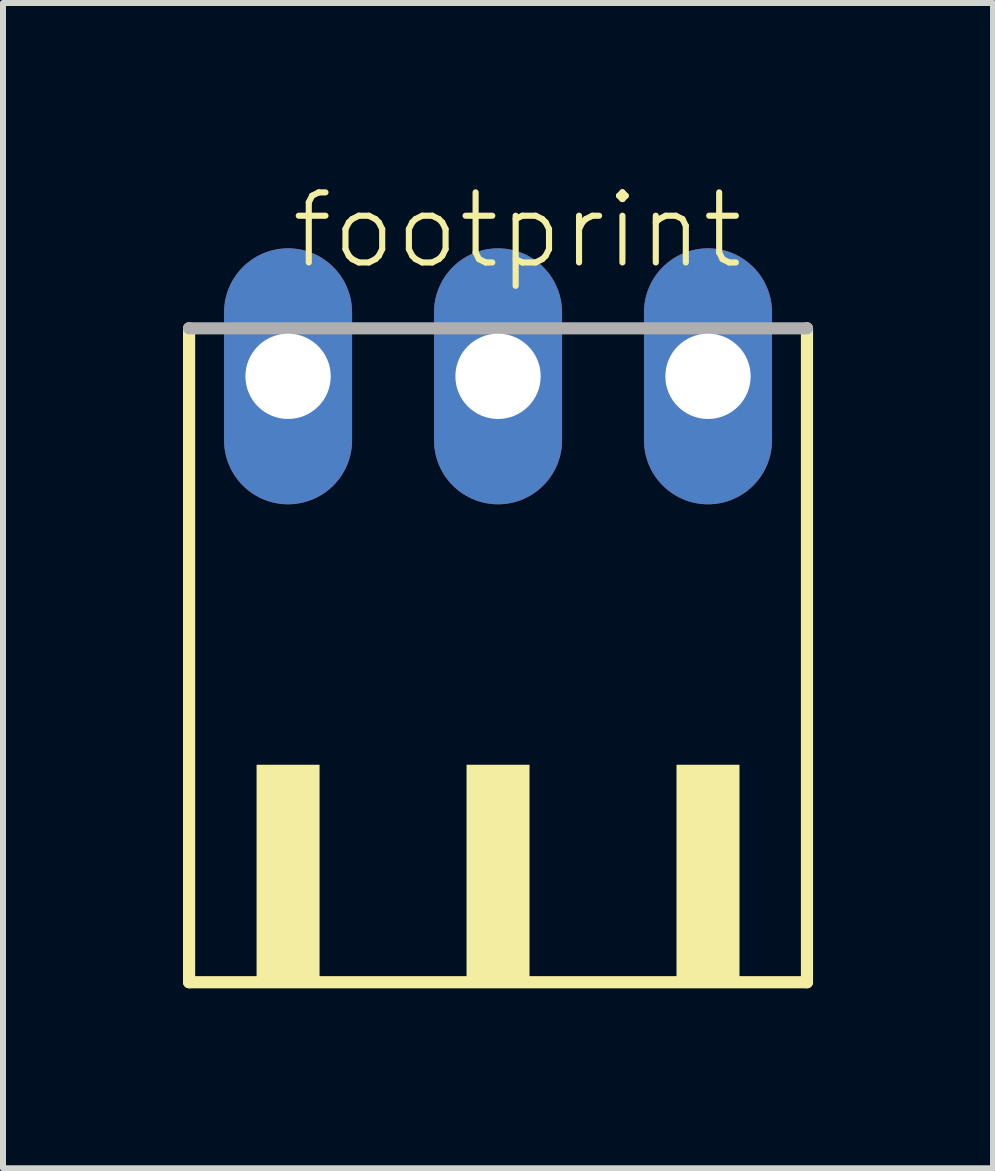
<source format=kicad_pcb>
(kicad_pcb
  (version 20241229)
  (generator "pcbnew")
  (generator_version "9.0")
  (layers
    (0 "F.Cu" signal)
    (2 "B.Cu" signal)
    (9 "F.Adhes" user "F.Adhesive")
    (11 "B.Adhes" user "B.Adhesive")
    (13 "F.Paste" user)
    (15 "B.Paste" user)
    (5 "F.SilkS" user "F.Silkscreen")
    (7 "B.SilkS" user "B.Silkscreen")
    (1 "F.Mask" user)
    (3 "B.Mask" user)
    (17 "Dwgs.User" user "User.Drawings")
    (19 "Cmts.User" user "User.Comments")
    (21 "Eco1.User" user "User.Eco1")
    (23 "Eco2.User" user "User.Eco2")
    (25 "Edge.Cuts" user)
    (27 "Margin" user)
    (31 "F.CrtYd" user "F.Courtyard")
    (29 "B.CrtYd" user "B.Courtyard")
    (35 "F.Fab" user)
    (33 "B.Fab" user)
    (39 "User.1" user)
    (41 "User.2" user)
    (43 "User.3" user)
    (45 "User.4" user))
  (footprint "footprint"
    (layer "F.Cu")
    (at 5.252 8.473)
    (property "Reference" "footprint" (at -3.5 -7 0) (layer "F.SilkS") (effects (font (size 1.168 1.168) (thickness 0.102)) (justify left bottom)))
    (fp_line (start -5.15 -6.05) (end -5.15 4.85) (stroke (width 0.203) (type solid)) (layer "F.SilkS"))
    (fp_line (start -5.15 4.85) (end 5.15 4.85) (stroke (width 0.203) (type solid)) (layer "F.SilkS"))
    (fp_line (start 5.15 4.85) (end 5.15 -6.05) (stroke (width 0.203) (type solid)) (layer "F.SilkS"))
    (fp_poly (pts (xy -4.025 4.9) (xy -2.975 4.9) (xy -2.975 1.225) (xy -4.025 1.225)) (stroke (width 0) (type solid)) (fill yes) (layer "F.SilkS"))
    (fp_poly (pts (xy -0.525 4.9) (xy 0.525 4.9) (xy 0.525 1.225) (xy -0.525 1.225)) (stroke (width 0) (type solid)) (fill yes) (layer "F.SilkS"))
    (fp_poly (pts (xy 2.975 4.9) (xy 4.025 4.9) (xy 4.025 1.225) (xy 2.975 1.225)) (stroke (width 0) (type solid)) (fill yes) (layer "F.SilkS"))
    (fp_line (start 5.15 -6.05) (end -5.15 -6.05) (stroke (width 0.203) (type solid)) (layer "F.Fab"))
    (pad "1" thru_hole oval (at -3.5 -5.25 90) (size 4.267 2.134) (drill 1.422) (layers "*.Cu" "*.Mask"))
    (pad "2" thru_hole oval (at 0 -5.25 90) (size 4.267 2.134) (drill 1.422) (layers "*.Cu" "*.Mask"))
    (pad "3" thru_hole oval (at 3.5 -5.25 90) (size 4.267 2.134) (drill 1.422) (layers "*.Cu" "*.Mask")))
  (gr_rect
    (start -3 -3)
    (end 13.503 16.425)
    (stroke (width 0.1) (type default))
    (fill no)
    (layer "Edge.Cuts")))
</source>
